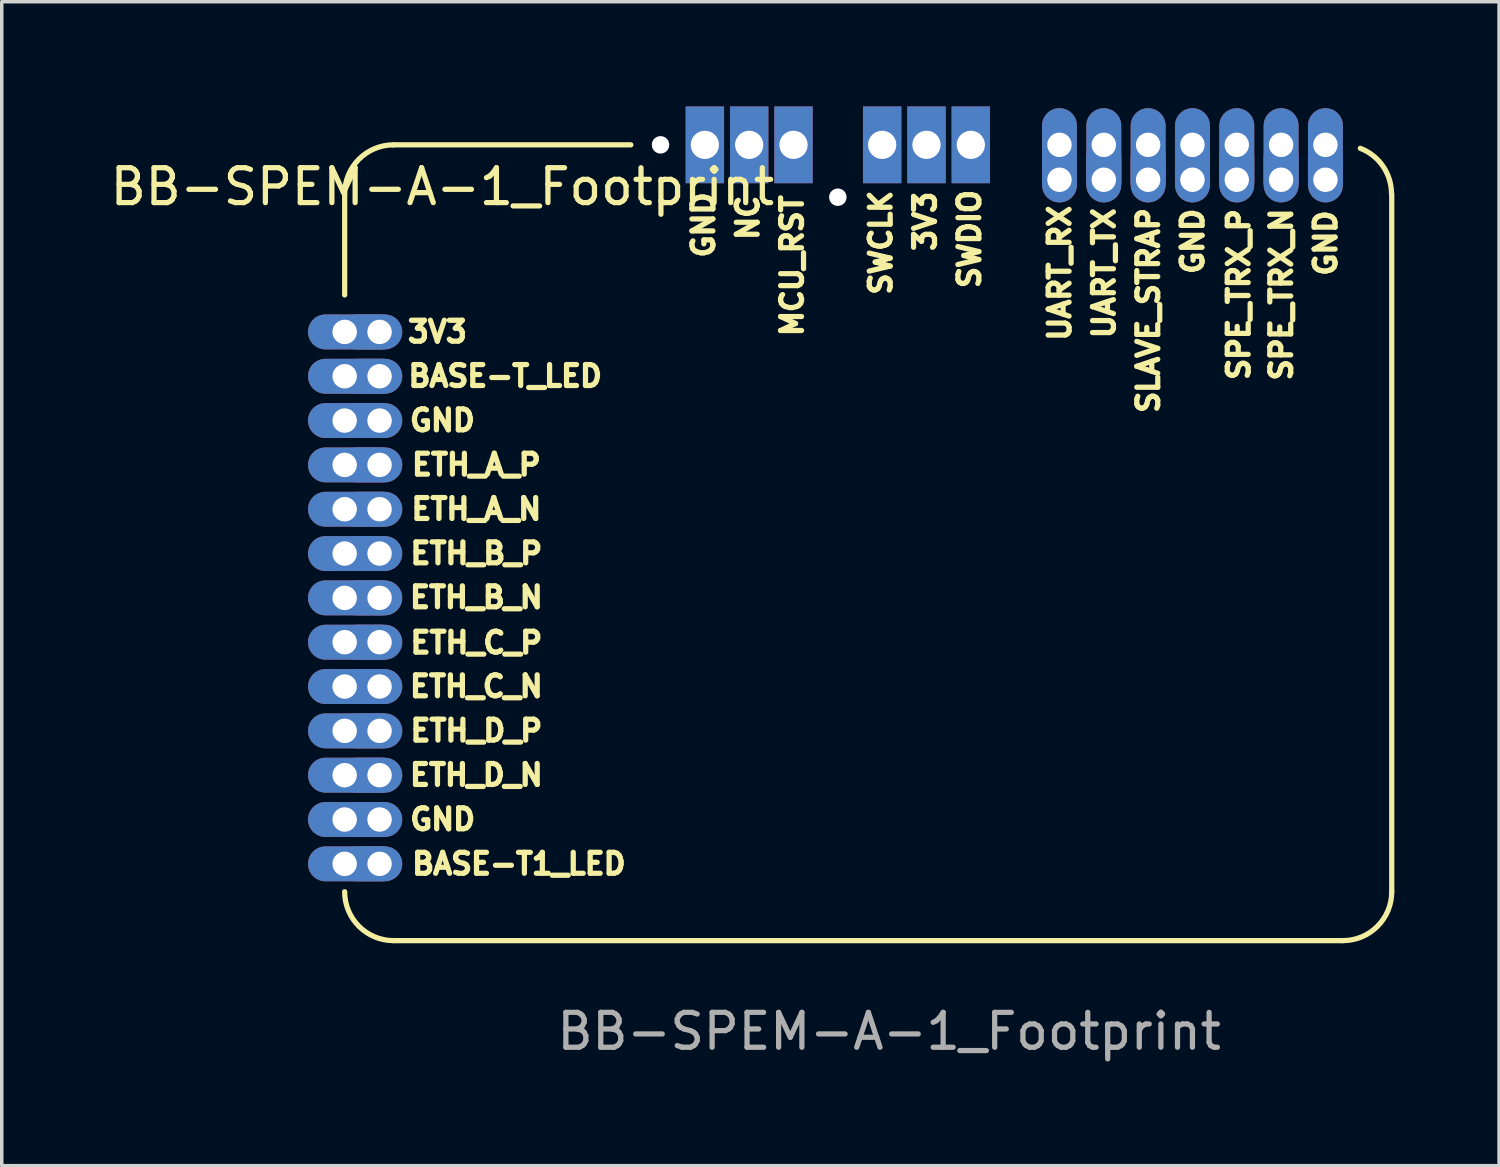
<source format=kicad_pcb>
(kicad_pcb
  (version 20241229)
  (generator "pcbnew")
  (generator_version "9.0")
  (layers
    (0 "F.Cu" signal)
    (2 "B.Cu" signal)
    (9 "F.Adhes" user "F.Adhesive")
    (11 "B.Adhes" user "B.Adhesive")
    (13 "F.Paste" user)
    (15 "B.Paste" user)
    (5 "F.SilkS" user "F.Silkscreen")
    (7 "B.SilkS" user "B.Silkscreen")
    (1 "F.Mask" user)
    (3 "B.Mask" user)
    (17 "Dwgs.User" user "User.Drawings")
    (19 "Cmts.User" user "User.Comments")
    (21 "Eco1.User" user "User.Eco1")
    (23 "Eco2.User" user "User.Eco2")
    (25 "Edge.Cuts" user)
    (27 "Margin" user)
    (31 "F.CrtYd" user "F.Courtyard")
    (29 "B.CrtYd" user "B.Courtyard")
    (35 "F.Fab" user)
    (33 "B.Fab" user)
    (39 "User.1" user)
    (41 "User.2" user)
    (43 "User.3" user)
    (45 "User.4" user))
  (footprint "BB-SPEM-A-1_Footprint"
    (layer "F.Cu")
    (at 21.825 12.5)
    (property "Reference" "BB-SPEM-A-1_Footprint" (at -12.2 -10.2 0) (unlocked yes) (layer "F.SilkS") (effects (font (size 1 1) (thickness 0.15))))
    (attr smd)
    (fp_line (start -15 -7.1) (end -15 -10) (stroke (width 0.15) (type default)) (layer "F.SilkS"))
    (fp_line (start -13.6 -11.4) (end -6.8 -11.4) (stroke (width 0.15) (type default)) (layer "F.SilkS"))
    (fp_line (start 13.6 11.4) (end -13.6 11.4) (stroke (width 0.15) (type default)) (layer "F.SilkS"))
    (fp_line (start 15 -10) (end 15 10) (stroke (width 0.15) (type default)) (layer "F.SilkS"))
    (fp_arc (start -15 -10) (mid -14.589949 -10.989949) (end -13.6 -11.4) (stroke (width 0.15) (type default)) (layer "F.SilkS"))
    (fp_arc (start -13.6 11.4) (mid -14.589949 10.989949) (end -15 10) (stroke (width 0.15) (type default)) (layer "F.SilkS"))
    (fp_arc (start 14.1 -11.299999) (mid 14.748132 -10.788536) (end 14.992838 -10) (stroke (width 0.15) (type default)) (layer "F.SilkS"))
    (fp_arc (start 15 10) (mid 14.589949 10.989949) (end 13.6 11.4) (stroke (width 0.15) (type default)) (layer "F.SilkS"))
    (fp_text user "SWDIO" (at 2.9 -8.7 90) (unlocked yes) (layer "F.SilkS") (effects (font (size 0.6 0.6) (thickness 0.15))))
    (fp_text user "GND" (at -12.2 -3.505 0) (unlocked yes) (layer "F.SilkS") (effects (font (size 0.6 0.6) (thickness 0.15))))
    (fp_text user "SWCLK" (at 0.36 -8.598 90) (unlocked yes) (layer "F.SilkS") (effects (font (size 0.6 0.6) (thickness 0.15))))
    (fp_text user "NC" (at -3.45 -9.31 90) (unlocked yes) (layer "F.SilkS") (effects (font (size 0.6 0.6) (thickness 0.15))))
    (fp_text user "ETH_B_P" (at -11.227 0.305 0) (unlocked yes) (layer "F.SilkS") (effects (font (size 0.6 0.6) (thickness 0.15))))
    (fp_text user "GND" (at -4.72 -9.106 90) (unlocked yes) (layer "F.SilkS") (effects (font (size 0.6 0.6) (thickness 0.15))))
    (fp_text user "ETH_C_N" (at -11.227 4.115 0) (unlocked yes) (layer "F.SilkS") (effects (font (size 0.6 0.6) (thickness 0.15))))
    (fp_text user "MCU_RST" (at -2.18 -7.938 90) (unlocked yes) (layer "F.SilkS") (effects (font (size 0.6 0.6) (thickness 0.15))))
    (fp_text user "SLAVE_STRAP" (at 8.026 -6.655 90) (unlocked yes) (layer "F.SilkS") (effects (font (size 0.6 0.6) (thickness 0.15))))
    (fp_text user "BASE-T_LED" (at -10.4 -4.775 0) (unlocked yes) (layer "F.SilkS") (effects (font (size 0.6 0.6) (thickness 0.15))))
    (fp_text user "GND" (at 9.296 -8.636 90) (unlocked yes) (layer "F.SilkS") (effects (font (size 0.6 0.6) (thickness 0.15))))
    (fp_text user "ETH_B_N" (at -11.227 1.565 0) (unlocked yes) (layer "F.SilkS") (effects (font (size 0.6 0.6) (thickness 0.15))))
    (fp_text user "ETH_C_P" (at -11.227 2.865 0) (unlocked yes) (layer "F.SilkS") (effects (font (size 0.6 0.6) (thickness 0.15))))
    (fp_text user "UART_TX" (at 6.756 -7.722 90) (unlocked yes) (layer "F.SilkS") (effects (font (size 0.6 0.6) (thickness 0.15))))
    (fp_text user "SPE_TRX_N" (at 11.836 -7.112 90) (unlocked yes) (layer "F.SilkS") (effects (font (size 0.6 0.6) (thickness 0.15))))
    (fp_text user "SPE_TRX_P" (at 10.617 -7.112 90) (unlocked yes) (layer "F.SilkS") (effects (font (size 0.6 0.6) (thickness 0.15))))
    (fp_text user "ETH_A_P" (at -11.227 -2.235 0) (unlocked yes) (layer "F.SilkS") (effects (font (size 0.6 0.6) (thickness 0.15))))
    (fp_text user "3V3" (at 1.63 -9.208 90) (unlocked yes) (layer "F.SilkS") (effects (font (size 0.6 0.6) (thickness 0.15))))
    (fp_text user "3V3" (at -12.344 -6.045 0) (unlocked yes) (layer "F.SilkS") (effects (font (size 0.6 0.6) (thickness 0.15))))
    (fp_text user "BASE-T1_LED" (at -10.008 9.2 0) (unlocked yes) (layer "F.SilkS") (effects (font (size 0.6 0.6) (thickness 0.15))))
    (fp_text user "ETH_D_P" (at -11.227 5.385 0) (unlocked yes) (layer "F.SilkS") (effects (font (size 0.6 0.6) (thickness 0.15))))
    (fp_text user "ETH_D_N" (at -11.227 6.655 0) (unlocked yes) (layer "F.SilkS") (effects (font (size 0.6 0.6) (thickness 0.15))))
    (fp_text user "UART_RX" (at 5.486 -7.722 90) (unlocked yes) (layer "F.SilkS") (effects (font (size 0.6 0.6) (thickness 0.15))))
    (fp_text user "GND" (at -12.192 7.925 0) (unlocked yes) (layer "F.SilkS") (effects (font (size 0.6 0.6) (thickness 0.15))))
    (fp_text user "ETH_A_N" (at -11.227 -0.965 0) (unlocked yes) (layer "F.SilkS") (effects (font (size 0.6 0.6) (thickness 0.15))))
    (fp_text user "GND" (at 13.106 -8.585 90) (unlocked yes) (layer "F.SilkS") (effects (font (size 0.6 0.6) (thickness 0.15))))
    (fp_text user "${REFERENCE}" (at 0.6 14 0) (unlocked yes) (layer "F.Fab") (effects (font (size 1 1) (thickness 0.15))))
    (pad "" np_thru_hole circle (at -5.95 -11.4 90) (size 0.5 0.5) (drill 1) (layers "*.Cu" "*.Mask"))
    (pad "" np_thru_hole circle (at -0.87 -9.9 90) (size 0.5 0.5) (drill 1.06) (layers "*.Cu" "*.Mask"))
    (pad "1" thru_hole oval (at -15 -6.04) (size 2.7 1) (drill 0.7 (offset 0.3 0)) (layers "*.Cu" "*.Mask"))
    (pad "1" thru_hole oval (at -14 -6.04 180) (size 1.7 1) (drill 0.7 (offset 0.3 0)) (layers "*.Cu" "*.Mask"))
    (pad "2" thru_hole oval (at -15 -4.77) (size 2.7 1) (drill 0.7 (offset 0.3 0)) (layers "*.Cu" "*.Mask"))
    (pad "2" thru_hole oval (at -14 -4.77 180) (size 1.7 1) (drill 0.7 (offset 0.3 0)) (layers "*.Cu" "*.Mask"))
    (pad "3" thru_hole oval (at -15 -3.5) (size 2.7 1) (drill 0.7 (offset 0.3 0)) (layers "*.Cu" "*.Mask"))
    (pad "3" thru_hole oval (at -14 -3.5 180) (size 1.7 1) (drill 0.7 (offset 0.3 0)) (layers "*.Cu" "*.Mask"))
    (pad "4" thru_hole oval (at -15 -2.23) (size 2.7 1) (drill 0.7 (offset 0.3 0)) (layers "*.Cu" "*.Mask"))
    (pad "4" thru_hole oval (at -14 -2.23 180) (size 1.7 1) (drill 0.7 (offset 0.3 0)) (layers "*.Cu" "*.Mask"))
    (pad "5" thru_hole oval (at -15 -0.96) (size 2.7 1) (drill 0.7 (offset 0.3 0)) (layers "*.Cu" "*.Mask"))
    (pad "5" thru_hole oval (at -14 -0.96 180) (size 1.7 1) (drill 0.7 (offset 0.3 0)) (layers "*.Cu" "*.Mask"))
    (pad "6" thru_hole oval (at -15 0.31) (size 2.7 1) (drill 0.7 (offset 0.3 0)) (layers "*.Cu" "*.Mask"))
    (pad "6" thru_hole oval (at -14 0.31 180) (size 1.7 1) (drill 0.7 (offset 0.3 0)) (layers "*.Cu" "*.Mask"))
    (pad "7" thru_hole oval (at -15 1.58) (size 2.7 1) (drill 0.7 (offset 0.3 0)) (layers "*.Cu" "*.Mask"))
    (pad "7" thru_hole oval (at -14 1.58 180) (size 1.7 1) (drill 0.7 (offset 0.3 0)) (layers "*.Cu" "*.Mask"))
    (pad "8" thru_hole oval (at -15 2.85) (size 2.7 1) (drill 0.7 (offset 0.3 0)) (layers "*.Cu" "*.Mask"))
    (pad "8" thru_hole oval (at -14 2.85 180) (size 1.7 1) (drill 0.7 (offset 0.3 0)) (layers "*.Cu" "*.Mask"))
    (pad "9" thru_hole oval (at -15 4.12) (size 2.7 1) (drill 0.7 (offset 0.3 0)) (layers "*.Cu" "*.Mask"))
    (pad "9" thru_hole oval (at -14 4.12 180) (size 1.7 1) (drill 0.7 (offset 0.3 0)) (layers "*.Cu" "*.Mask"))
    (pad "10" thru_hole oval (at -15 5.39) (size 2.7 1) (drill 0.7 (offset 0.3 0)) (layers "*.Cu" "*.Mask"))
    (pad "10" thru_hole oval (at -14 5.39 180) (size 1.7 1) (drill 0.7 (offset 0.3 0)) (layers "*.Cu" "*.Mask"))
    (pad "11" thru_hole oval (at -15 6.66) (size 2.7 1) (drill 0.7 (offset 0.3 0)) (layers "*.Cu" "*.Mask"))
    (pad "11" thru_hole oval (at -14 6.66 180) (size 1.7 1) (drill 0.7 (offset 0.3 0)) (layers "*.Cu" "*.Mask"))
    (pad "12" thru_hole oval (at -15 7.93) (size 2.7 1) (drill 0.7 (offset 0.3 0)) (layers "*.Cu" "*.Mask"))
    (pad "12" thru_hole oval (at -14 7.93 180) (size 1.7 1) (drill 0.7 (offset 0.3 0)) (layers "*.Cu" "*.Mask"))
    (pad "13" thru_hole oval (at -15 9.2) (size 2.7 1) (drill 0.7 (offset 0.3 0)) (layers "*.Cu" "*.Mask"))
    (pad "13" thru_hole oval (at -14 9.2 180) (size 1.7 1) (drill 0.7 (offset 0.3 0)) (layers "*.Cu" "*.Mask"))
    (pad "14" thru_hole rect (at -4.68 -11.4 90) (size 2.2 1.1) (drill 0.81) (layers "*.Cu" "*.Mask"))
    (pad "15" thru_hole rect (at -3.41 -11.4 90) (size 2.2 1.1) (drill 0.81) (layers "*.Cu" "*.Mask"))
    (pad "16" thru_hole rect (at -2.14 -11.4 90) (size 2.2 1.1) (drill 0.81) (layers "*.Cu" "*.Mask"))
    (pad "17" thru_hole rect (at 0.4 -11.4 90) (size 2.2 1.1) (drill 0.81) (layers "*.Cu" "*.Mask"))
    (pad "18" thru_hole rect (at 1.67 -11.4 90) (size 2.2 1.1) (drill 0.81) (layers "*.Cu" "*.Mask"))
    (pad "19" thru_hole rect (at 2.94 -11.4 90) (size 2.2 1.1) (drill 0.81) (layers "*.Cu" "*.Mask"))
    (pad "20" thru_hole oval (at 5.48 -11.4 270) (size 2.7 1) (drill 0.7 (offset 0.3 0)) (layers "*.Cu" "*.Mask"))
    (pad "20" thru_hole oval (at 5.48 -10.4 90) (size 1.7 1) (drill 0.7 (offset 0.3 0)) (layers "*.Cu" "*.Mask"))
    (pad "21" thru_hole oval (at 6.75 -11.4 270) (size 2.7 1) (drill 0.7 (offset 0.3 0)) (layers "*.Cu" "*.Mask"))
    (pad "21" thru_hole oval (at 6.75 -10.4 90) (size 1.7 1) (drill 0.7 (offset 0.3 0)) (layers "*.Cu" "*.Mask"))
    (pad "22" thru_hole oval (at 8.02 -11.4 270) (size 2.7 1) (drill 0.7 (offset 0.3 0)) (layers "*.Cu" "*.Mask"))
    (pad "22" thru_hole oval (at 8.02 -10.4 90) (size 1.7 1) (drill 0.7 (offset 0.3 0)) (layers "*.Cu" "*.Mask"))
    (pad "23" thru_hole oval (at 9.29 -11.4 270) (size 2.7 1) (drill 0.7 (offset 0.3 0)) (layers "*.Cu" "*.Mask"))
    (pad "23" thru_hole oval (at 9.29 -10.4 90) (size 1.7 1) (drill 0.7 (offset 0.3 0)) (layers "*.Cu" "*.Mask"))
    (pad "24" thru_hole oval (at 10.56 -11.4 270) (size 2.7 1) (drill 0.7 (offset 0.3 0)) (layers "*.Cu" "*.Mask"))
    (pad "24" thru_hole oval (at 10.56 -10.4 90) (size 1.7 1) (drill 0.7 (offset 0.3 0)) (layers "*.Cu" "*.Mask"))
    (pad "25" thru_hole oval (at 11.83 -11.4 270) (size 2.7 1) (drill 0.7 (offset 0.3 0)) (layers "*.Cu" "*.Mask"))
    (pad "25" thru_hole oval (at 11.83 -10.4 90) (size 1.7 1) (drill 0.7 (offset 0.3 0)) (layers "*.Cu" "*.Mask"))
    (pad "26" thru_hole oval (at 13.1 -11.4 270) (size 2.7 1) (drill 0.7 (offset 0.3 0)) (layers "*.Cu" "*.Mask"))
    (pad "26" thru_hole oval (at 13.1 -10.4 90) (size 1.7 1) (drill 0.7 (offset 0.3 0)) (layers "*.Cu" "*.Mask")))
  (gr_rect
    (start -3 -3)
    (end 39.9 30.348)
    (stroke (width 0.1) (type default))
    (fill no)
    (layer "Edge.Cuts")))
</source>
